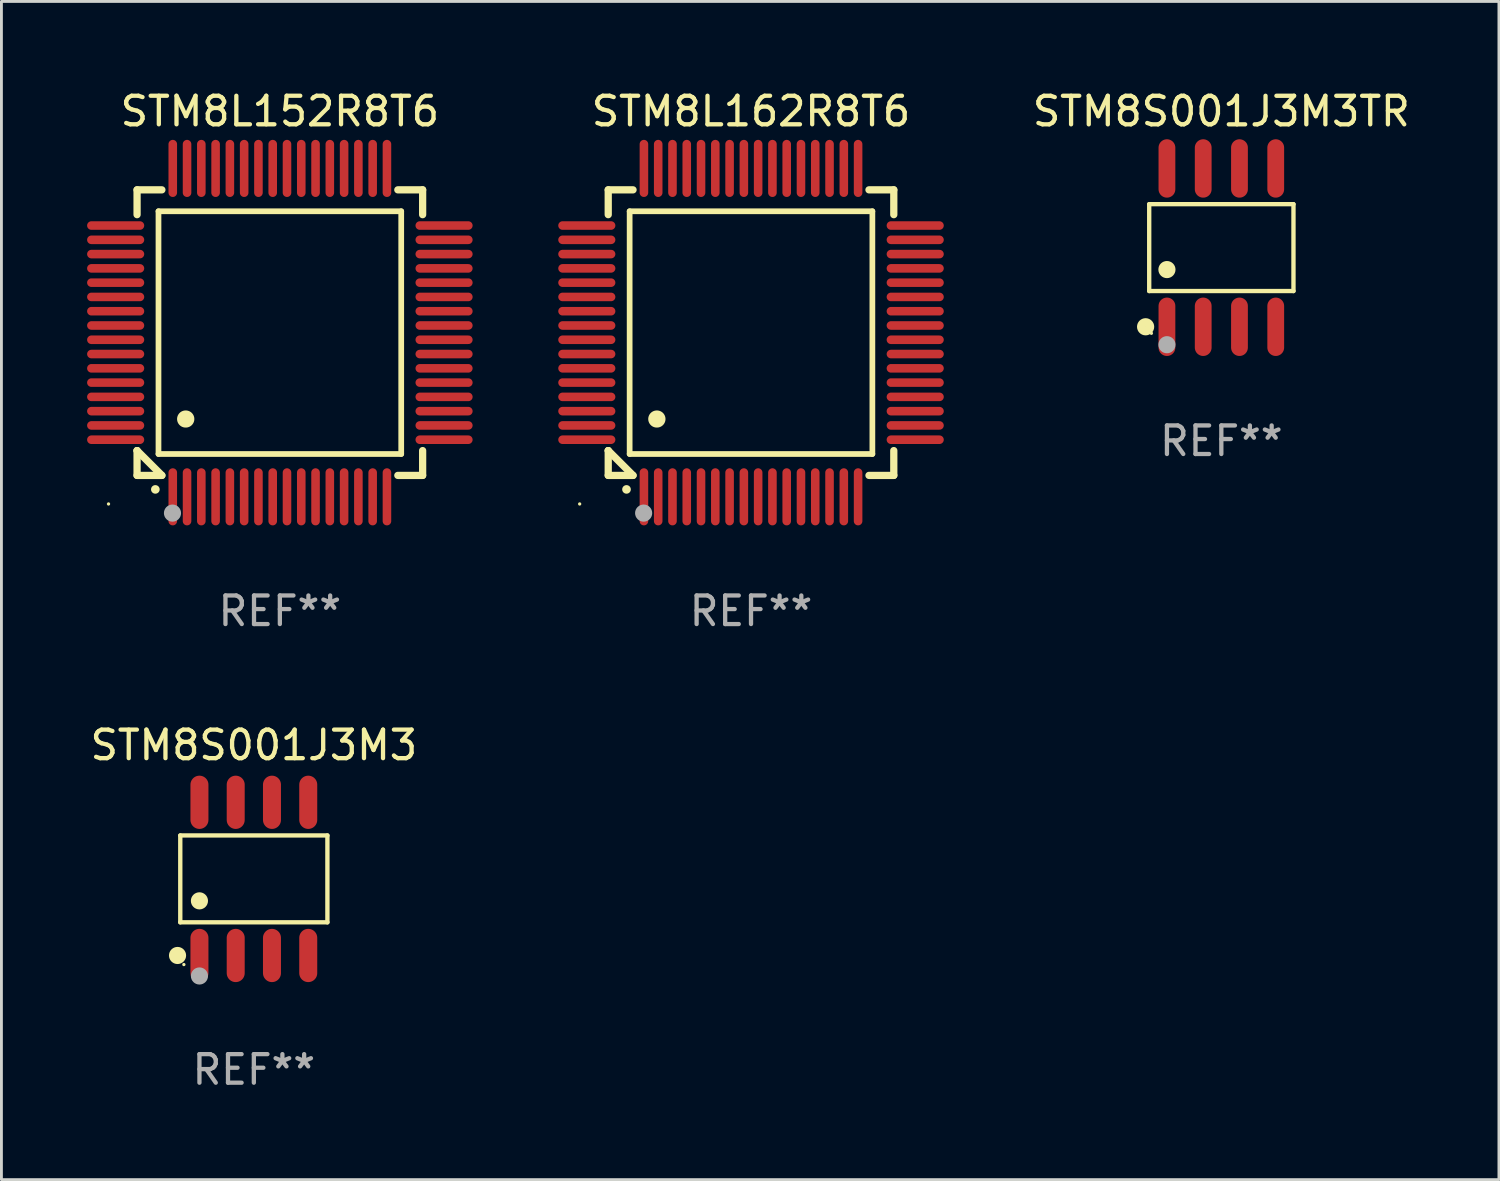
<source format=kicad_pcb>
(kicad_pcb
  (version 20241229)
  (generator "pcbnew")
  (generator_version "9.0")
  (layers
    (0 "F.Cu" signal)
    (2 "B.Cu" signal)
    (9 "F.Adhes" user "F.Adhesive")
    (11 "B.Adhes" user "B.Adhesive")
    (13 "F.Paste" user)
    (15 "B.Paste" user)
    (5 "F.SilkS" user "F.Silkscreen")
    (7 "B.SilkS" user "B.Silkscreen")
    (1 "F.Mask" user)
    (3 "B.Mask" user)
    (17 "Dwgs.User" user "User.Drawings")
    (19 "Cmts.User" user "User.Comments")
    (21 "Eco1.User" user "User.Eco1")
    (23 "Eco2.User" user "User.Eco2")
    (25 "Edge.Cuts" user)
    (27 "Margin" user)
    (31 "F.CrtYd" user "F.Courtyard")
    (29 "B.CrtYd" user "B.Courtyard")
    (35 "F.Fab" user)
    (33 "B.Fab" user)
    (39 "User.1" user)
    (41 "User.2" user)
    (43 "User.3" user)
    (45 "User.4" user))
  (footprint "STM8S001J3M3TR"
    (layer "F.Cu")
    (at 39.719 5.621)
    (property "Reference" "STM8S001J3M3TR" (at 0 -4.772 0) (layer "F.SilkS") (effects (font (size 1 1) (thickness 0.15))))
    (attr through_hole)
    (fp_line (start -2.526 -1.521) (end 2.526 -1.521) (stroke (width 0.152) (type solid)) (layer "F.SilkS"))
    (fp_line (start -2.526 1.521) (end -2.526 -1.521) (stroke (width 0.152) (type solid)) (layer "F.SilkS"))
    (fp_line (start 2.526 -1.521) (end 2.526 1.521) (stroke (width 0.152) (type solid)) (layer "F.SilkS"))
    (fp_line (start 2.526 1.521) (end -2.526 1.521) (stroke (width 0.152) (type solid)) (layer "F.SilkS"))
    (fp_circle (center -2.652 2.772) (end -2.501 2.772) (stroke (width 0.3) (type solid)) (fill no) (layer "F.SilkS"))
    (fp_circle (center -2.45 3) (end -2.42 3) (stroke (width 0.06) (type solid)) (fill no) (layer "F.SilkS"))
    (fp_circle (center -1.905 0.769) (end -1.755 0.769) (stroke (width 0.3) (type solid)) (fill no) (layer "F.SilkS"))
    (fp_circle (center -1.905 3.4) (end -1.755 3.4) (stroke (width 0.3) (type solid)) (fill no) (layer "F.Fab"))
    (fp_text user "REF**" (at 0 6.772 0) (layer "F.Fab") (effects (font (size 1 1) (thickness 0.15))))
    (pad "1" smd oval (at -1.905 2.772) (size 0.588 2.045) (layers "F.Cu" "F.Mask" "F.Paste"))
    (pad "2" smd oval (at -0.635 2.772) (size 0.588 2.045) (layers "F.Cu" "F.Mask" "F.Paste"))
    (pad "3" smd oval (at 0.635 2.772) (size 0.588 2.045) (layers "F.Cu" "F.Mask" "F.Paste"))
    (pad "4" smd oval (at 1.905 2.772) (size 0.588 2.045) (layers "F.Cu" "F.Mask" "F.Paste"))
    (pad "5" smd oval (at 1.905 -2.772) (size 0.588 2.045) (layers "F.Cu" "F.Mask" "F.Paste"))
    (pad "6" smd oval (at 0.635 -2.772) (size 0.588 2.045) (layers "F.Cu" "F.Mask" "F.Paste"))
    (pad "7" smd oval (at -0.635 -2.772) (size 0.588 2.045) (layers "F.Cu" "F.Mask" "F.Paste"))
    (pad "8" smd oval (at -1.905 -2.772) (size 0.588 2.045) (layers "F.Cu" "F.Mask" "F.Paste")))
  (footprint "STM8L162R8T6"
    (layer "F.Cu")
    (at 23.249 8.598)
    (property "Reference" "STM8L162R8T6" (at 0 -7.75 0) (layer "F.SilkS") (effects (font (size 1 1) (thickness 0.15))))
    (attr through_hole)
    (fp_line (start -5 -5) (end -4.131 -5) (stroke (width 0.254) (type solid)) (layer "F.SilkS"))
    (fp_line (start -5 -4.131) (end -5 -5) (stroke (width 0.254) (type solid)) (layer "F.SilkS"))
    (fp_line (start -5 4.131) (end -5 4.131) (stroke (width 0.254) (type solid)) (layer "F.SilkS"))
    (fp_line (start -5 5) (end -5 4.131) (stroke (width 0.254) (type solid)) (layer "F.SilkS"))
    (fp_line (start -5 4.131) (end -4.131 5) (stroke (width 0.254) (type solid)) (layer "F.SilkS"))
    (fp_line (start -4.25 -4.25) (end -4.25 4.25) (stroke (width 0.2) (type solid)) (layer "F.SilkS"))
    (fp_line (start -4.25 4.25) (end 4.25 4.25) (stroke (width 0.2) (type solid)) (layer "F.SilkS"))
    (fp_line (start -4.131 5) (end -5 5) (stroke (width 0.254) (type solid)) (layer "F.SilkS"))
    (fp_line (start 4.25 -4.25) (end -4.25 -4.25) (stroke (width 0.2) (type solid)) (layer "F.SilkS"))
    (fp_line (start 4.25 4.25) (end 4.25 -4.25) (stroke (width 0.2) (type solid)) (layer "F.SilkS"))
    (fp_line (start 5 -5) (end 4.131 -5) (stroke (width 0.254) (type solid)) (layer "F.SilkS"))
    (fp_line (start 5 -5) (end 5 -4.131) (stroke (width 0.254) (type solid)) (layer "F.SilkS"))
    (fp_line (start 5 4.131) (end 5 5) (stroke (width 0.254) (type solid)) (layer "F.SilkS"))
    (fp_line (start 5 5) (end 4.131 5) (stroke (width 0.254) (type solid)) (layer "F.SilkS"))
    (fp_arc (start -4.361265 5.489992) (mid -4.359995 5.489987) (end -4.358725 5.489992) (stroke (width 0.3) (type solid)) (layer "F.SilkS"))
    (fp_arc (start -3.299467 3.025146) (mid -3.296927 3.025135) (end -3.294387 3.025146) (stroke (width 0.6) (type solid)) (layer "F.SilkS"))
    (fp_circle (center -6 6) (end -5.97 6) (stroke (width 0.06) (type solid)) (fill no) (layer "F.SilkS"))
    (fp_circle (center -3.76 6.32) (end -3.61 6.32) (stroke (width 0.3) (type solid)) (fill no) (layer "F.Fab"))
    (fp_text user "REF**" (at 0 9.75 0) (layer "F.Fab") (effects (font (size 1 1) (thickness 0.15))))
    (pad "1" smd oval (at -3.75 5.75) (size 0.3 2) (layers "F.Cu" "F.Mask" "F.Paste"))
    (pad "2" smd oval (at -3.25 5.75) (size 0.3 2) (layers "F.Cu" "F.Mask" "F.Paste"))
    (pad "3" smd oval (at -2.75 5.75) (size 0.3 2) (layers "F.Cu" "F.Mask" "F.Paste"))
    (pad "4" smd oval (at -2.25 5.75) (size 0.3 2) (layers "F.Cu" "F.Mask" "F.Paste"))
    (pad "5" smd oval (at -1.75 5.75) (size 0.3 2) (layers "F.Cu" "F.Mask" "F.Paste"))
    (pad "6" smd oval (at -1.25 5.75) (size 0.3 2) (layers "F.Cu" "F.Mask" "F.Paste"))
    (pad "7" smd oval (at -0.75 5.75) (size 0.3 2) (layers "F.Cu" "F.Mask" "F.Paste"))
    (pad "8" smd oval (at -0.25 5.75) (size 0.3 2) (layers "F.Cu" "F.Mask" "F.Paste"))
    (pad "9" smd oval (at 0.25 5.75) (size 0.3 2) (layers "F.Cu" "F.Mask" "F.Paste"))
    (pad "10" smd oval (at 0.75 5.75) (size 0.3 2) (layers "F.Cu" "F.Mask" "F.Paste"))
    (pad "11" smd oval (at 1.25 5.75) (size 0.3 2) (layers "F.Cu" "F.Mask" "F.Paste"))
    (pad "12" smd oval (at 1.75 5.75) (size 0.3 2) (layers "F.Cu" "F.Mask" "F.Paste"))
    (pad "13" smd oval (at 2.25 5.75) (size 0.3 2) (layers "F.Cu" "F.Mask" "F.Paste"))
    (pad "14" smd oval (at 2.75 5.75) (size 0.3 2) (layers "F.Cu" "F.Mask" "F.Paste"))
    (pad "15" smd oval (at 3.25 5.75) (size 0.3 2) (layers "F.Cu" "F.Mask" "F.Paste"))
    (pad "16" smd oval (at 3.75 5.75) (size 0.3 2) (layers "F.Cu" "F.Mask" "F.Paste"))
    (pad "17" smd oval (at 5.75 3.75) (size 2 0.3) (layers "F.Cu" "F.Mask" "F.Paste"))
    (pad "18" smd oval (at 5.75 3.25) (size 2 0.3) (layers "F.Cu" "F.Mask" "F.Paste"))
    (pad "19" smd oval (at 5.75 2.75) (size 2 0.3) (layers "F.Cu" "F.Mask" "F.Paste"))
    (pad "20" smd oval (at 5.75 2.25) (size 2 0.3) (layers "F.Cu" "F.Mask" "F.Paste"))
    (pad "21" smd oval (at 5.75 1.75) (size 2 0.3) (layers "F.Cu" "F.Mask" "F.Paste"))
    (pad "22" smd oval (at 5.75 1.25) (size 2 0.3) (layers "F.Cu" "F.Mask" "F.Paste"))
    (pad "23" smd oval (at 5.75 0.75) (size 2 0.3) (layers "F.Cu" "F.Mask" "F.Paste"))
    (pad "24" smd oval (at 5.75 0.25) (size 2 0.3) (layers "F.Cu" "F.Mask" "F.Paste"))
    (pad "25" smd oval (at 5.75 -0.25) (size 2 0.3) (layers "F.Cu" "F.Mask" "F.Paste"))
    (pad "26" smd oval (at 5.75 -0.75) (size 2 0.3) (layers "F.Cu" "F.Mask" "F.Paste"))
    (pad "27" smd oval (at 5.75 -1.25) (size 2 0.3) (layers "F.Cu" "F.Mask" "F.Paste"))
    (pad "28" smd oval (at 5.75 -1.75) (size 2 0.3) (layers "F.Cu" "F.Mask" "F.Paste"))
    (pad "29" smd oval (at 5.75 -2.25) (size 2 0.3) (layers "F.Cu" "F.Mask" "F.Paste"))
    (pad "30" smd oval (at 5.75 -2.75) (size 2 0.3) (layers "F.Cu" "F.Mask" "F.Paste"))
    (pad "31" smd oval (at 5.75 -3.25) (size 2 0.3) (layers "F.Cu" "F.Mask" "F.Paste"))
    (pad "32" smd oval (at 5.75 -3.75) (size 2 0.3) (layers "F.Cu" "F.Mask" "F.Paste"))
    (pad "33" smd oval (at 3.75 -5.75) (size 0.3 2) (layers "F.Cu" "F.Mask" "F.Paste"))
    (pad "34" smd oval (at 3.25 -5.75) (size 0.3 2) (layers "F.Cu" "F.Mask" "F.Paste"))
    (pad "35" smd oval (at 2.75 -5.75) (size 0.3 2) (layers "F.Cu" "F.Mask" "F.Paste"))
    (pad "36" smd oval (at 2.25 -5.75) (size 0.3 2) (layers "F.Cu" "F.Mask" "F.Paste"))
    (pad "37" smd oval (at 1.75 -5.75) (size 0.3 2) (layers "F.Cu" "F.Mask" "F.Paste"))
    (pad "38" smd oval (at 1.25 -5.75) (size 0.3 2) (layers "F.Cu" "F.Mask" "F.Paste"))
    (pad "39" smd oval (at 0.75 -5.75) (size 0.3 2) (layers "F.Cu" "F.Mask" "F.Paste"))
    (pad "40" smd oval (at 0.25 -5.75) (size 0.3 2) (layers "F.Cu" "F.Mask" "F.Paste"))
    (pad "41" smd oval (at -0.25 -5.75) (size 0.3 2) (layers "F.Cu" "F.Mask" "F.Paste"))
    (pad "42" smd oval (at -0.75 -5.75) (size 0.3 2) (layers "F.Cu" "F.Mask" "F.Paste"))
    (pad "43" smd oval (at -1.25 -5.75) (size 0.3 2) (layers "F.Cu" "F.Mask" "F.Paste"))
    (pad "44" smd oval (at -1.75 -5.75) (size 0.3 2) (layers "F.Cu" "F.Mask" "F.Paste"))
    (pad "45" smd oval (at -2.25 -5.75) (size 0.3 2) (layers "F.Cu" "F.Mask" "F.Paste"))
    (pad "46" smd oval (at -2.75 -5.75) (size 0.3 2) (layers "F.Cu" "F.Mask" "F.Paste"))
    (pad "47" smd oval (at -3.25 -5.75) (size 0.3 2) (layers "F.Cu" "F.Mask" "F.Paste"))
    (pad "48" smd oval (at -3.75 -5.75) (size 0.3 2) (layers "F.Cu" "F.Mask" "F.Paste"))
    (pad "49" smd oval (at -5.75 -3.75) (size 2 0.3) (layers "F.Cu" "F.Mask" "F.Paste"))
    (pad "50" smd oval (at -5.75 -3.25) (size 2 0.3) (layers "F.Cu" "F.Mask" "F.Paste"))
    (pad "51" smd oval (at -5.75 -2.75) (size 2 0.3) (layers "F.Cu" "F.Mask" "F.Paste"))
    (pad "52" smd oval (at -5.75 -2.25) (size 2 0.3) (layers "F.Cu" "F.Mask" "F.Paste"))
    (pad "53" smd oval (at -5.75 -1.75) (size 2 0.3) (layers "F.Cu" "F.Mask" "F.Paste"))
    (pad "54" smd oval (at -5.75 -1.25) (size 2 0.3) (layers "F.Cu" "F.Mask" "F.Paste"))
    (pad "55" smd oval (at -5.75 -0.75) (size 2 0.3) (layers "F.Cu" "F.Mask" "F.Paste"))
    (pad "56" smd oval (at -5.75 -0.25) (size 2 0.3) (layers "F.Cu" "F.Mask" "F.Paste"))
    (pad "57" smd oval (at -5.75 0.25) (size 2 0.3) (layers "F.Cu" "F.Mask" "F.Paste"))
    (pad "58" smd oval (at -5.75 0.75) (size 2 0.3) (layers "F.Cu" "F.Mask" "F.Paste"))
    (pad "59" smd oval (at -5.75 1.25) (size 2 0.3) (layers "F.Cu" "F.Mask" "F.Paste"))
    (pad "60" smd oval (at -5.75 1.75) (size 2 0.3) (layers "F.Cu" "F.Mask" "F.Paste"))
    (pad "61" smd oval (at -5.75 2.25) (size 2 0.3) (layers "F.Cu" "F.Mask" "F.Paste"))
    (pad "62" smd oval (at -5.75 2.75) (size 2 0.3) (layers "F.Cu" "F.Mask" "F.Paste"))
    (pad "63" smd oval (at -5.75 3.25) (size 2 0.3) (layers "F.Cu" "F.Mask" "F.Paste"))
    (pad "64" smd oval (at -5.75 3.75) (size 2 0.3) (layers "F.Cu" "F.Mask" "F.Paste")))
  (footprint "STM8S001J3M3"
    (layer "F.Cu")
    (at 5.839 27.727)
    (property "Reference" "STM8S001J3M3" (at 0 -4.682 0) (layer "F.SilkS") (effects (font (size 1 1) (thickness 0.15))))
    (attr through_hole)
    (fp_line (start -2.576 -1.521) (end 2.576 -1.521) (stroke (width 0.152) (type solid)) (layer "F.SilkS"))
    (fp_line (start -2.576 1.521) (end -2.576 -1.521) (stroke (width 0.152) (type solid)) (layer "F.SilkS"))
    (fp_line (start 2.576 -1.521) (end 2.576 1.521) (stroke (width 0.152) (type solid)) (layer "F.SilkS"))
    (fp_line (start 2.576 1.521) (end -2.576 1.521) (stroke (width 0.152) (type solid)) (layer "F.SilkS"))
    (fp_circle (center -2.672 2.682) (end -2.522 2.682) (stroke (width 0.3) (type solid)) (fill no) (layer "F.SilkS"))
    (fp_circle (center -2.45 3) (end -2.42 3) (stroke (width 0.06) (type solid)) (fill no) (layer "F.SilkS"))
    (fp_circle (center -1.905 0.769) (end -1.755 0.769) (stroke (width 0.3) (type solid)) (fill no) (layer "F.SilkS"))
    (fp_circle (center -1.905 3.4) (end -1.755 3.4) (stroke (width 0.3) (type solid)) (fill no) (layer "F.Fab"))
    (fp_text user "REF**" (at 0 6.682 0) (layer "F.Fab") (effects (font (size 1 1) (thickness 0.15))))
    (pad "1" smd oval (at -1.905 2.682) (size 0.63 1.865) (layers "F.Cu" "F.Mask" "F.Paste"))
    (pad "2" smd oval (at -0.635 2.682) (size 0.63 1.865) (layers "F.Cu" "F.Mask" "F.Paste"))
    (pad "3" smd oval (at 0.635 2.682) (size 0.63 1.865) (layers "F.Cu" "F.Mask" "F.Paste"))
    (pad "4" smd oval (at 1.905 2.682) (size 0.63 1.865) (layers "F.Cu" "F.Mask" "F.Paste"))
    (pad "5" smd oval (at 1.905 -2.682) (size 0.63 1.865) (layers "F.Cu" "F.Mask" "F.Paste"))
    (pad "6" smd oval (at 0.635 -2.682) (size 0.63 1.865) (layers "F.Cu" "F.Mask" "F.Paste"))
    (pad "7" smd oval (at -0.635 -2.682) (size 0.63 1.865) (layers "F.Cu" "F.Mask" "F.Paste"))
    (pad "8" smd oval (at -1.905 -2.682) (size 0.63 1.865) (layers "F.Cu" "F.Mask" "F.Paste")))
  (footprint "STM8L152R8T6"
    (layer "F.Cu")
    (at 6.75 8.598)
    (property "Reference" "STM8L152R8T6" (at 0 -7.75 0) (layer "F.SilkS") (effects (font (size 1 1) (thickness 0.15))))
    (attr through_hole)
    (fp_line (start -5 -5) (end -4.131 -5) (stroke (width 0.254) (type solid)) (layer "F.SilkS"))
    (fp_line (start -5 -4.131) (end -5 -5) (stroke (width 0.254) (type solid)) (layer "F.SilkS"))
    (fp_line (start -5 4.131) (end -5 4.131) (stroke (width 0.254) (type solid)) (layer "F.SilkS"))
    (fp_line (start -5 5) (end -5 4.131) (stroke (width 0.254) (type solid)) (layer "F.SilkS"))
    (fp_line (start -5 4.131) (end -4.131 5) (stroke (width 0.254) (type solid)) (layer "F.SilkS"))
    (fp_line (start -4.25 -4.25) (end -4.25 4.25) (stroke (width 0.2) (type solid)) (layer "F.SilkS"))
    (fp_line (start -4.25 4.25) (end 4.25 4.25) (stroke (width 0.2) (type solid)) (layer "F.SilkS"))
    (fp_line (start -4.131 5) (end -5 5) (stroke (width 0.254) (type solid)) (layer "F.SilkS"))
    (fp_line (start 4.25 -4.25) (end -4.25 -4.25) (stroke (width 0.2) (type solid)) (layer "F.SilkS"))
    (fp_line (start 4.25 4.25) (end 4.25 -4.25) (stroke (width 0.2) (type solid)) (layer "F.SilkS"))
    (fp_line (start 5 -5) (end 4.131 -5) (stroke (width 0.254) (type solid)) (layer "F.SilkS"))
    (fp_line (start 5 -5) (end 5 -4.131) (stroke (width 0.254) (type solid)) (layer "F.SilkS"))
    (fp_line (start 5 4.131) (end 5 5) (stroke (width 0.254) (type solid)) (layer "F.SilkS"))
    (fp_line (start 5 5) (end 4.131 5) (stroke (width 0.254) (type solid)) (layer "F.SilkS"))
    (fp_arc (start -4.361265 5.489992) (mid -4.359995 5.489987) (end -4.358725 5.489992) (stroke (width 0.3) (type solid)) (layer "F.SilkS"))
    (fp_arc (start -3.299467 3.025146) (mid -3.296927 3.025135) (end -3.294387 3.025146) (stroke (width 0.6) (type solid)) (layer "F.SilkS"))
    (fp_circle (center -6 6) (end -5.97 6) (stroke (width 0.06) (type solid)) (fill no) (layer "F.SilkS"))
    (fp_circle (center -3.76 6.32) (end -3.61 6.32) (stroke (width 0.3) (type solid)) (fill no) (layer "F.Fab"))
    (fp_text user "REF**" (at 0 9.75 0) (layer "F.Fab") (effects (font (size 1 1) (thickness 0.15))))
    (pad "1" smd oval (at -3.75 5.75) (size 0.3 2) (layers "F.Cu" "F.Mask" "F.Paste"))
    (pad "2" smd oval (at -3.25 5.75) (size 0.3 2) (layers "F.Cu" "F.Mask" "F.Paste"))
    (pad "3" smd oval (at -2.75 5.75) (size 0.3 2) (layers "F.Cu" "F.Mask" "F.Paste"))
    (pad "4" smd oval (at -2.25 5.75) (size 0.3 2) (layers "F.Cu" "F.Mask" "F.Paste"))
    (pad "5" smd oval (at -1.75 5.75) (size 0.3 2) (layers "F.Cu" "F.Mask" "F.Paste"))
    (pad "6" smd oval (at -1.25 5.75) (size 0.3 2) (layers "F.Cu" "F.Mask" "F.Paste"))
    (pad "7" smd oval (at -0.75 5.75) (size 0.3 2) (layers "F.Cu" "F.Mask" "F.Paste"))
    (pad "8" smd oval (at -0.25 5.75) (size 0.3 2) (layers "F.Cu" "F.Mask" "F.Paste"))
    (pad "9" smd oval (at 0.25 5.75) (size 0.3 2) (layers "F.Cu" "F.Mask" "F.Paste"))
    (pad "10" smd oval (at 0.75 5.75) (size 0.3 2) (layers "F.Cu" "F.Mask" "F.Paste"))
    (pad "11" smd oval (at 1.25 5.75) (size 0.3 2) (layers "F.Cu" "F.Mask" "F.Paste"))
    (pad "12" smd oval (at 1.75 5.75) (size 0.3 2) (layers "F.Cu" "F.Mask" "F.Paste"))
    (pad "13" smd oval (at 2.25 5.75) (size 0.3 2) (layers "F.Cu" "F.Mask" "F.Paste"))
    (pad "14" smd oval (at 2.75 5.75) (size 0.3 2) (layers "F.Cu" "F.Mask" "F.Paste"))
    (pad "15" smd oval (at 3.25 5.75) (size 0.3 2) (layers "F.Cu" "F.Mask" "F.Paste"))
    (pad "16" smd oval (at 3.75 5.75) (size 0.3 2) (layers "F.Cu" "F.Mask" "F.Paste"))
    (pad "17" smd oval (at 5.75 3.75) (size 2 0.3) (layers "F.Cu" "F.Mask" "F.Paste"))
    (pad "18" smd oval (at 5.75 3.25) (size 2 0.3) (layers "F.Cu" "F.Mask" "F.Paste"))
    (pad "19" smd oval (at 5.75 2.75) (size 2 0.3) (layers "F.Cu" "F.Mask" "F.Paste"))
    (pad "20" smd oval (at 5.75 2.25) (size 2 0.3) (layers "F.Cu" "F.Mask" "F.Paste"))
    (pad "21" smd oval (at 5.75 1.75) (size 2 0.3) (layers "F.Cu" "F.Mask" "F.Paste"))
    (pad "22" smd oval (at 5.75 1.25) (size 2 0.3) (layers "F.Cu" "F.Mask" "F.Paste"))
    (pad "23" smd oval (at 5.75 0.75) (size 2 0.3) (layers "F.Cu" "F.Mask" "F.Paste"))
    (pad "24" smd oval (at 5.75 0.25) (size 2 0.3) (layers "F.Cu" "F.Mask" "F.Paste"))
    (pad "25" smd oval (at 5.75 -0.25) (size 2 0.3) (layers "F.Cu" "F.Mask" "F.Paste"))
    (pad "26" smd oval (at 5.75 -0.75) (size 2 0.3) (layers "F.Cu" "F.Mask" "F.Paste"))
    (pad "27" smd oval (at 5.75 -1.25) (size 2 0.3) (layers "F.Cu" "F.Mask" "F.Paste"))
    (pad "28" smd oval (at 5.75 -1.75) (size 2 0.3) (layers "F.Cu" "F.Mask" "F.Paste"))
    (pad "29" smd oval (at 5.75 -2.25) (size 2 0.3) (layers "F.Cu" "F.Mask" "F.Paste"))
    (pad "30" smd oval (at 5.75 -2.75) (size 2 0.3) (layers "F.Cu" "F.Mask" "F.Paste"))
    (pad "31" smd oval (at 5.75 -3.25) (size 2 0.3) (layers "F.Cu" "F.Mask" "F.Paste"))
    (pad "32" smd oval (at 5.75 -3.75) (size 2 0.3) (layers "F.Cu" "F.Mask" "F.Paste"))
    (pad "33" smd oval (at 3.75 -5.75) (size 0.3 2) (layers "F.Cu" "F.Mask" "F.Paste"))
    (pad "34" smd oval (at 3.25 -5.75) (size 0.3 2) (layers "F.Cu" "F.Mask" "F.Paste"))
    (pad "35" smd oval (at 2.75 -5.75) (size 0.3 2) (layers "F.Cu" "F.Mask" "F.Paste"))
    (pad "36" smd oval (at 2.25 -5.75) (size 0.3 2) (layers "F.Cu" "F.Mask" "F.Paste"))
    (pad "37" smd oval (at 1.75 -5.75) (size 0.3 2) (layers "F.Cu" "F.Mask" "F.Paste"))
    (pad "38" smd oval (at 1.25 -5.75) (size 0.3 2) (layers "F.Cu" "F.Mask" "F.Paste"))
    (pad "39" smd oval (at 0.75 -5.75) (size 0.3 2) (layers "F.Cu" "F.Mask" "F.Paste"))
    (pad "40" smd oval (at 0.25 -5.75) (size 0.3 2) (layers "F.Cu" "F.Mask" "F.Paste"))
    (pad "41" smd oval (at -0.25 -5.75) (size 0.3 2) (layers "F.Cu" "F.Mask" "F.Paste"))
    (pad "42" smd oval (at -0.75 -5.75) (size 0.3 2) (layers "F.Cu" "F.Mask" "F.Paste"))
    (pad "43" smd oval (at -1.25 -5.75) (size 0.3 2) (layers "F.Cu" "F.Mask" "F.Paste"))
    (pad "44" smd oval (at -1.75 -5.75) (size 0.3 2) (layers "F.Cu" "F.Mask" "F.Paste"))
    (pad "45" smd oval (at -2.25 -5.75) (size 0.3 2) (layers "F.Cu" "F.Mask" "F.Paste"))
    (pad "46" smd oval (at -2.75 -5.75) (size 0.3 2) (layers "F.Cu" "F.Mask" "F.Paste"))
    (pad "47" smd oval (at -3.25 -5.75) (size 0.3 2) (layers "F.Cu" "F.Mask" "F.Paste"))
    (pad "48" smd oval (at -3.75 -5.75) (size 0.3 2) (layers "F.Cu" "F.Mask" "F.Paste"))
    (pad "49" smd oval (at -5.75 -3.75) (size 2 0.3) (layers "F.Cu" "F.Mask" "F.Paste"))
    (pad "50" smd oval (at -5.75 -3.25) (size 2 0.3) (layers "F.Cu" "F.Mask" "F.Paste"))
    (pad "51" smd oval (at -5.75 -2.75) (size 2 0.3) (layers "F.Cu" "F.Mask" "F.Paste"))
    (pad "52" smd oval (at -5.75 -2.25) (size 2 0.3) (layers "F.Cu" "F.Mask" "F.Paste"))
    (pad "53" smd oval (at -5.75 -1.75) (size 2 0.3) (layers "F.Cu" "F.Mask" "F.Paste"))
    (pad "54" smd oval (at -5.75 -1.25) (size 2 0.3) (layers "F.Cu" "F.Mask" "F.Paste"))
    (pad "55" smd oval (at -5.75 -0.75) (size 2 0.3) (layers "F.Cu" "F.Mask" "F.Paste"))
    (pad "56" smd oval (at -5.75 -0.25) (size 2 0.3) (layers "F.Cu" "F.Mask" "F.Paste"))
    (pad "57" smd oval (at -5.75 0.25) (size 2 0.3) (layers "F.Cu" "F.Mask" "F.Paste"))
    (pad "58" smd oval (at -5.75 0.75) (size 2 0.3) (layers "F.Cu" "F.Mask" "F.Paste"))
    (pad "59" smd oval (at -5.75 1.25) (size 2 0.3) (layers "F.Cu" "F.Mask" "F.Paste"))
    (pad "60" smd oval (at -5.75 1.75) (size 2 0.3) (layers "F.Cu" "F.Mask" "F.Paste"))
    (pad "61" smd oval (at -5.75 2.25) (size 2 0.3) (layers "F.Cu" "F.Mask" "F.Paste"))
    (pad "62" smd oval (at -5.75 2.75) (size 2 0.3) (layers "F.Cu" "F.Mask" "F.Paste"))
    (pad "63" smd oval (at -5.75 3.25) (size 2 0.3) (layers "F.Cu" "F.Mask" "F.Paste"))
    (pad "64" smd oval (at -5.75 3.75) (size 2 0.3) (layers "F.Cu" "F.Mask" "F.Paste")))
  (gr_rect
    (start -3 -3)
    (end 49.44 38.258)
    (stroke (width 0.1) (type default))
    (fill no)
    (layer "Edge.Cuts")))
</source>
